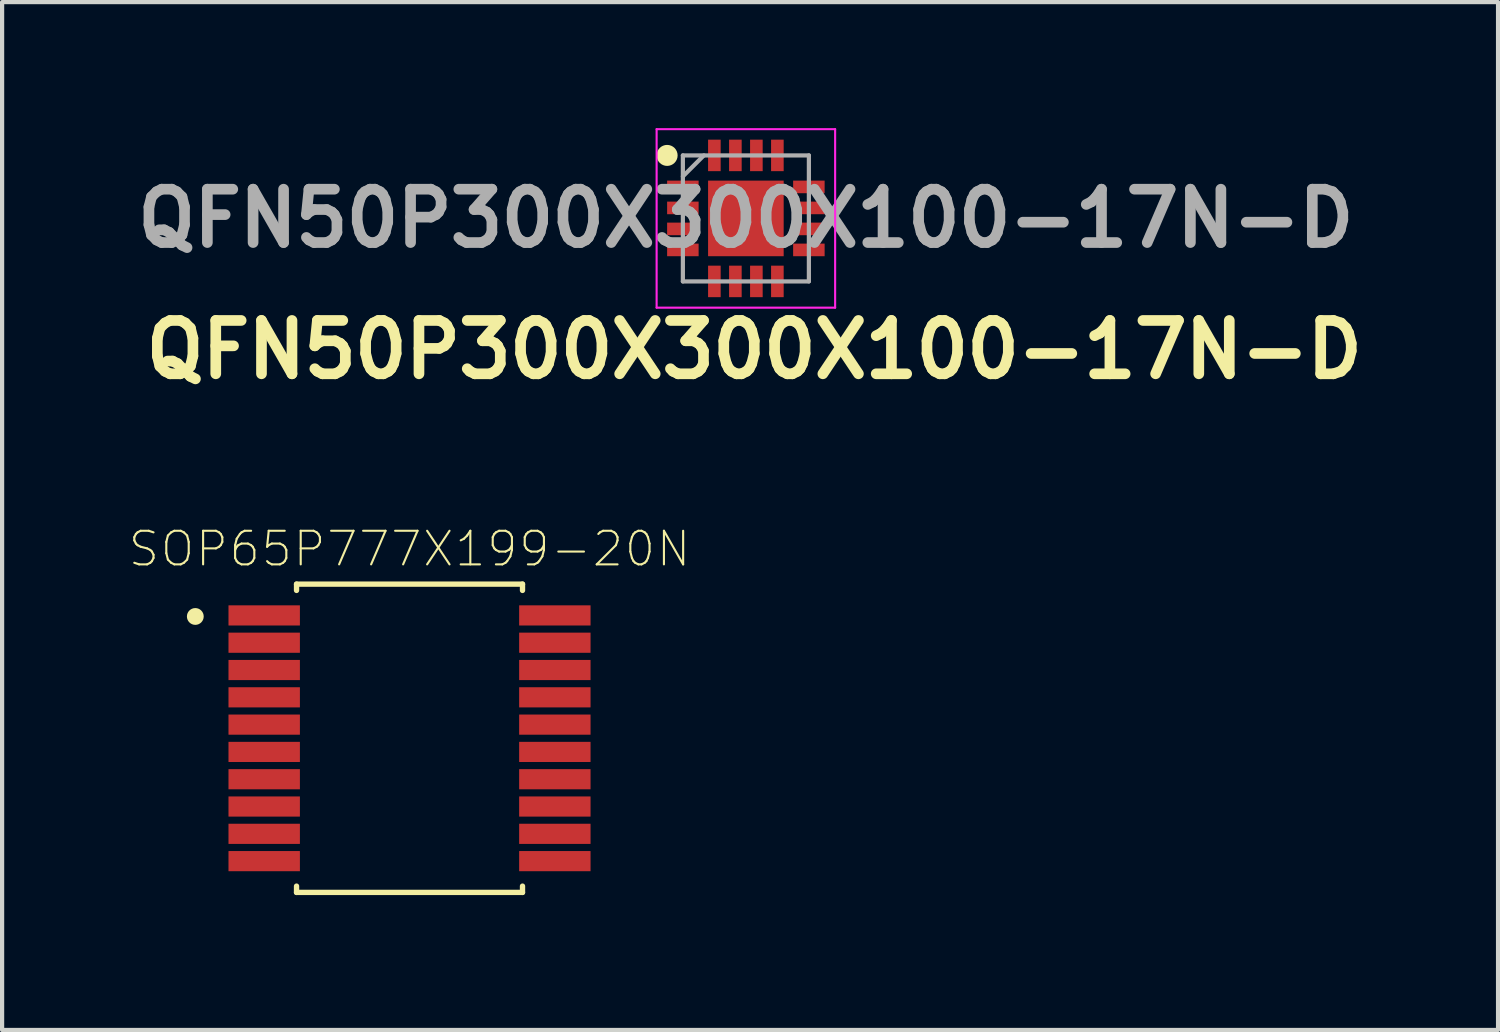
<source format=kicad_pcb>
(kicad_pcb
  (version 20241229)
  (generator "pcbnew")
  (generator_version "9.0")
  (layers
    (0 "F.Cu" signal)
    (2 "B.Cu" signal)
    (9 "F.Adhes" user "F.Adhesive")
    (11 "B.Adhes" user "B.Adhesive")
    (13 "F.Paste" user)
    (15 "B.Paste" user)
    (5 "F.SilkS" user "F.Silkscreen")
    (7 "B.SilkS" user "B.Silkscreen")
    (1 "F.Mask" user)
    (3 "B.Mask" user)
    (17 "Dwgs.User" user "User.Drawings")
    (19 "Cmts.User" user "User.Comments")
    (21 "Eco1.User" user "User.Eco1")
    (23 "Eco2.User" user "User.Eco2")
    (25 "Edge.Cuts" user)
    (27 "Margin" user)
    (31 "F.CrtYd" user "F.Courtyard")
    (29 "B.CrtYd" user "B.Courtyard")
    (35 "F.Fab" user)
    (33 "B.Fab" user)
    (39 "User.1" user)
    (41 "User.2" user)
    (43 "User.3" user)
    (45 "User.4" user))
  (footprint "QFN50P300X300X100-17N-D"
    (layer "F.Cu")
    (at 14.708 2.15)
    (property "Reference" "QFN50P300X300X100-17N-D" (at 0.2 3.125 0) (layer "F.SilkS") (effects (font (size 1.27 1.27) (thickness 0.254))))
    (attr smd)
    (fp_circle (center -1.875 -1.5) (end -1.875 -1.375) (stroke (width 0.25) (type solid)) (fill no) (layer "F.SilkS"))
    (fp_line (start -2.125 -2.125) (end 2.125 -2.125) (stroke (width 0.05) (type solid)) (layer "F.CrtYd"))
    (fp_line (start -2.125 2.125) (end -2.125 -2.125) (stroke (width 0.05) (type solid)) (layer "F.CrtYd"))
    (fp_line (start 2.125 -2.125) (end 2.125 2.125) (stroke (width 0.05) (type solid)) (layer "F.CrtYd"))
    (fp_line (start 2.125 2.125) (end -2.125 2.125) (stroke (width 0.05) (type solid)) (layer "F.CrtYd"))
    (fp_line (start -1.5 -1.5) (end 1.5 -1.5) (stroke (width 0.1) (type solid)) (layer "F.Fab"))
    (fp_line (start -1.5 -1) (end -1 -1.5) (stroke (width 0.1) (type solid)) (layer "F.Fab"))
    (fp_line (start -1.5 1.5) (end -1.5 -1.5) (stroke (width 0.1) (type solid)) (layer "F.Fab"))
    (fp_line (start 1.5 -1.5) (end 1.5 1.5) (stroke (width 0.1) (type solid)) (layer "F.Fab"))
    (fp_line (start 1.5 1.5) (end -1.5 1.5) (stroke (width 0.1) (type solid)) (layer "F.Fab"))
    (fp_text user "${REFERENCE}" (at 0 0 0) (layer "F.Fab") (effects (font (size 1.27 1.27) (thickness 0.254))))
    (pad "1" smd rect (at -1.5 -0.75 90) (size 0.3 0.75) (layers "F.Cu" "F.Mask" "F.Paste"))
    (pad "2" smd rect (at -1.5 -0.25 90) (size 0.3 0.75) (layers "F.Cu" "F.Mask" "F.Paste"))
    (pad "3" smd rect (at -1.5 0.25 90) (size 0.3 0.75) (layers "F.Cu" "F.Mask" "F.Paste"))
    (pad "4" smd rect (at -1.5 0.75 90) (size 0.3 0.75) (layers "F.Cu" "F.Mask" "F.Paste"))
    (pad "5" smd rect (at -0.75 1.5) (size 0.3 0.75) (layers "F.Cu" "F.Mask" "F.Paste"))
    (pad "6" smd rect (at -0.25 1.5) (size 0.3 0.75) (layers "F.Cu" "F.Mask" "F.Paste"))
    (pad "7" smd rect (at 0.25 1.5) (size 0.3 0.75) (layers "F.Cu" "F.Mask" "F.Paste"))
    (pad "8" smd rect (at 0.75 1.5) (size 0.3 0.75) (layers "F.Cu" "F.Mask" "F.Paste"))
    (pad "9" smd rect (at 1.5 0.75 90) (size 0.3 0.75) (layers "F.Cu" "F.Mask" "F.Paste"))
    (pad "10" smd rect (at 1.5 0.25 90) (size 0.3 0.75) (layers "F.Cu" "F.Mask" "F.Paste"))
    (pad "11" smd rect (at 1.5 -0.25 90) (size 0.3 0.75) (layers "F.Cu" "F.Mask" "F.Paste"))
    (pad "12" smd rect (at 1.5 -0.75 90) (size 0.3 0.75) (layers "F.Cu" "F.Mask" "F.Paste"))
    (pad "13" smd rect (at 0.75 -1.5) (size 0.3 0.75) (layers "F.Cu" "F.Mask" "F.Paste"))
    (pad "14" smd rect (at 0.25 -1.5) (size 0.3 0.75) (layers "F.Cu" "F.Mask" "F.Paste"))
    (pad "15" smd rect (at -0.25 -1.5) (size 0.3 0.75) (layers "F.Cu" "F.Mask" "F.Paste"))
    (pad "16" smd rect (at -0.75 -1.5) (size 0.3 0.75) (layers "F.Cu" "F.Mask" "F.Paste"))
    (pad "17" smd rect (at 0 0) (size 1.8 1.8) (layers "F.Cu" "F.Mask" "F.Paste")))
  (footprint "SOP65P777X199-20N"
    (layer "F.Cu")
    (at 6.7 14.527)
    (property "Reference" "SOP65P777X199-20N" (at 0 -4.508 0) (layer "F.SilkS") (effects (font (size 0.8 0.8) (thickness 0.05))))
    (attr smd)
    (fp_line (start -2.69 -3.67) (end 2.69 -3.67) (stroke (width 0.127) (type solid)) (layer "F.SilkS"))
    (fp_line (start -2.69 -3.52) (end -2.69 -3.67) (stroke (width 0.127) (type solid)) (layer "F.SilkS"))
    (fp_line (start -2.69 3.67) (end -2.69 3.52) (stroke (width 0.127) (type solid)) (layer "F.SilkS"))
    (fp_line (start 2.69 -3.67) (end 2.69 -3.52) (stroke (width 0.127) (type solid)) (layer "F.SilkS"))
    (fp_line (start 2.69 3.52) (end 2.69 3.67) (stroke (width 0.127) (type solid)) (layer "F.SilkS"))
    (fp_line (start 2.69 3.67) (end -2.69 3.67) (stroke (width 0.127) (type solid)) (layer "F.SilkS"))
    (fp_circle (center -5.1 -2.9) (end -5 -2.9) (stroke (width 0.2) (type solid)) (fill no) (layer "F.SilkS"))
    (fp_line (start -4.56 -3.42) (end -2.94 -3.42) (stroke (width 0.05) (type solid)) (layer "Eco1.User"))
    (fp_line (start -4.56 3.42) (end -4.56 -3.42) (stroke (width 0.05) (type solid)) (layer "Eco1.User"))
    (fp_line (start -2.94 -3.92) (end 2.94 -3.92) (stroke (width 0.05) (type solid)) (layer "Eco1.User"))
    (fp_line (start -2.94 -3.42) (end -2.94 -3.92) (stroke (width 0.05) (type solid)) (layer "Eco1.User"))
    (fp_line (start -2.94 3.42) (end -4.56 3.42) (stroke (width 0.05) (type solid)) (layer "Eco1.User"))
    (fp_line (start -2.94 3.92) (end -2.94 3.42) (stroke (width 0.05) (type solid)) (layer "Eco1.User"))
    (fp_line (start 2.94 -3.92) (end 2.94 -3.42) (stroke (width 0.05) (type solid)) (layer "Eco1.User"))
    (fp_line (start 2.94 -3.42) (end 4.56 -3.42) (stroke (width 0.05) (type solid)) (layer "Eco1.User"))
    (fp_line (start 2.94 3.42) (end 2.94 3.92) (stroke (width 0.05) (type solid)) (layer "Eco1.User"))
    (fp_line (start 2.94 3.92) (end -2.94 3.92) (stroke (width 0.05) (type solid)) (layer "Eco1.User"))
    (fp_line (start 4.56 -3.42) (end 4.56 3.42) (stroke (width 0.05) (type solid)) (layer "Eco1.User"))
    (fp_line (start 4.56 3.42) (end 2.94 3.42) (stroke (width 0.05) (type solid)) (layer "Eco1.User"))
    (fp_line (start -2.69 -3.67) (end 2.69 -3.67) (stroke (width 0.127) (type solid)) (layer "Eco2.User"))
    (fp_line (start -2.69 3.67) (end -2.69 -3.67) (stroke (width 0.127) (type solid)) (layer "Eco2.User"))
    (fp_line (start 2.69 -3.67) (end 2.69 3.67) (stroke (width 0.127) (type solid)) (layer "Eco2.User"))
    (fp_line (start 2.69 3.67) (end -2.69 3.67) (stroke (width 0.127) (type solid)) (layer "Eco2.User"))
    (fp_circle (center -5.1 -2.9) (end -5 -2.9) (stroke (width 0.2) (type solid)) (fill no) (layer "Eco2.User"))
    (pad "1" smd rect (at -3.46 -2.925) (size 1.7 0.48) (layers "F.Cu" "F.Mask" "F.Paste"))
    (pad "2" smd rect (at -3.46 -2.275) (size 1.7 0.48) (layers "F.Cu" "F.Mask" "F.Paste"))
    (pad "3" smd rect (at -3.46 -1.625) (size 1.7 0.48) (layers "F.Cu" "F.Mask" "F.Paste"))
    (pad "4" smd rect (at -3.46 -0.975) (size 1.7 0.48) (layers "F.Cu" "F.Mask" "F.Paste"))
    (pad "5" smd rect (at -3.46 -0.325) (size 1.7 0.48) (layers "F.Cu" "F.Mask" "F.Paste"))
    (pad "6" smd rect (at -3.46 0.325) (size 1.7 0.48) (layers "F.Cu" "F.Mask" "F.Paste"))
    (pad "7" smd rect (at -3.46 0.975) (size 1.7 0.48) (layers "F.Cu" "F.Mask" "F.Paste"))
    (pad "8" smd rect (at -3.46 1.625) (size 1.7 0.48) (layers "F.Cu" "F.Mask" "F.Paste"))
    (pad "9" smd rect (at -3.46 2.275) (size 1.7 0.48) (layers "F.Cu" "F.Mask" "F.Paste"))
    (pad "10" smd rect (at -3.46 2.925) (size 1.7 0.48) (layers "F.Cu" "F.Mask" "F.Paste"))
    (pad "11" smd rect (at 3.46 2.925 180) (size 1.7 0.48) (layers "F.Cu" "F.Mask" "F.Paste"))
    (pad "12" smd rect (at 3.46 2.275 180) (size 1.7 0.48) (layers "F.Cu" "F.Mask" "F.Paste"))
    (pad "13" smd rect (at 3.46 1.625 180) (size 1.7 0.48) (layers "F.Cu" "F.Mask" "F.Paste"))
    (pad "14" smd rect (at 3.46 0.975 180) (size 1.7 0.48) (layers "F.Cu" "F.Mask" "F.Paste"))
    (pad "15" smd rect (at 3.46 0.325 180) (size 1.7 0.48) (layers "F.Cu" "F.Mask" "F.Paste"))
    (pad "16" smd rect (at 3.46 -0.325 180) (size 1.7 0.48) (layers "F.Cu" "F.Mask" "F.Paste"))
    (pad "17" smd rect (at 3.46 -0.975 180) (size 1.7 0.48) (layers "F.Cu" "F.Mask" "F.Paste"))
    (pad "18" smd rect (at 3.46 -1.625 180) (size 1.7 0.48) (layers "F.Cu" "F.Mask" "F.Paste"))
    (pad "19" smd rect (at 3.46 -2.275 180) (size 1.7 0.48) (layers "F.Cu" "F.Mask" "F.Paste"))
    (pad "20" smd rect (at 3.46 -2.925 180) (size 1.7 0.48) (layers "F.Cu" "F.Mask" "F.Paste")))
  (gr_rect
    (start -3 -3)
    (end 32.616 21.472)
    (stroke (width 0.1) (type default))
    (fill no)
    (layer "Edge.Cuts")))
</source>
